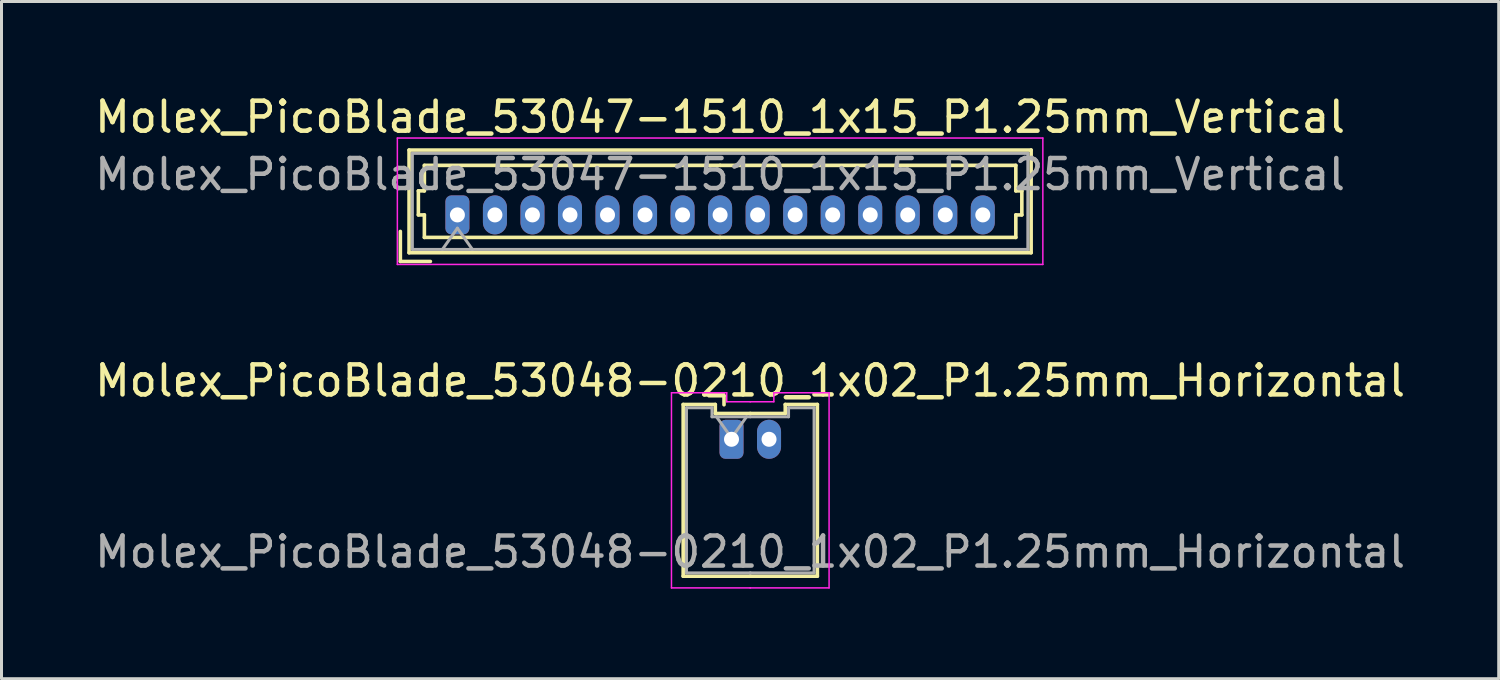
<source format=kicad_pcb>
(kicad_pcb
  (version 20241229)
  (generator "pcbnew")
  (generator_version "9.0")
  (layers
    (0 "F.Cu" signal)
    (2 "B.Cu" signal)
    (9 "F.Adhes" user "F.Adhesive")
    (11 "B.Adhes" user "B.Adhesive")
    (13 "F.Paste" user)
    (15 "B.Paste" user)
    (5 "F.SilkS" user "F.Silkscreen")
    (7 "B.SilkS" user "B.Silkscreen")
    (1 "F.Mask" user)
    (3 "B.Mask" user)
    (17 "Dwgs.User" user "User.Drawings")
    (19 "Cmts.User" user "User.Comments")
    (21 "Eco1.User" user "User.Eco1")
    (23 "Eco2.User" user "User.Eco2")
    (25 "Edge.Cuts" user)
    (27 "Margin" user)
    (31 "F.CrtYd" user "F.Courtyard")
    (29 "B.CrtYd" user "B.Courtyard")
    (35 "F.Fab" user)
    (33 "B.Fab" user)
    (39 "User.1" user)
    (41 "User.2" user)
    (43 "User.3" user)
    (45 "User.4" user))
  (footprint "Molex_PicoBlade_53048-0210_1x02_P1.25mm_Horizontal"
    (layer "F.Cu")
    (at 21.315 11.582)
    (property "Reference" "Molex_PicoBlade_53048-0210_1x02_P1.25mm_Horizontal" (at 0.62 -1.95 0) (layer "F.SilkS") (effects (font (size 1 1) (thickness 0.15))))
    (attr through_hole)
    (fp_line (start -1.61 -1.16) (end -1.61 4.56) (stroke (width 0.12) (type solid)) (layer "F.SilkS"))
    (fp_line (start -1.61 4.56) (end 0.625 4.56) (stroke (width 0.12) (type solid)) (layer "F.SilkS"))
    (fp_line (start -0.54 -1.16) (end -1.61 -1.16) (stroke (width 0.12) (type solid)) (layer "F.SilkS"))
    (fp_line (start -0.54 -0.86) (end -0.54 -1.16) (stroke (width 0.12) (type solid)) (layer "F.SilkS"))
    (fp_line (start -0.25 -1.45) (end -0.75 -1.45) (stroke (width 0.12) (type solid)) (layer "F.SilkS"))
    (fp_line (start -0.25 -1.15) (end -0.25 -1.45) (stroke (width 0.12) (type solid)) (layer "F.SilkS"))
    (fp_line (start 0.625 -0.86) (end -0.54 -0.86) (stroke (width 0.12) (type solid)) (layer "F.SilkS"))
    (fp_line (start 0.625 -0.86) (end 1.79 -0.86) (stroke (width 0.12) (type solid)) (layer "F.SilkS"))
    (fp_line (start 1.79 -1.16) (end 2.86 -1.16) (stroke (width 0.12) (type solid)) (layer "F.SilkS"))
    (fp_line (start 1.79 -0.86) (end 1.79 -1.16) (stroke (width 0.12) (type solid)) (layer "F.SilkS"))
    (fp_line (start 2.86 -1.16) (end 2.86 4.56) (stroke (width 0.12) (type solid)) (layer "F.SilkS"))
    (fp_line (start 2.86 4.56) (end 0.625 4.56) (stroke (width 0.12) (type solid)) (layer "F.SilkS"))
    (fp_line (start -2 -1.55) (end -2 4.95) (stroke (width 0.05) (type solid)) (layer "F.CrtYd"))
    (fp_line (start -2 4.95) (end 0.63 4.95) (stroke (width 0.05) (type solid)) (layer "F.CrtYd"))
    (fp_line (start -0.16 -1.55) (end -2 -1.55) (stroke (width 0.05) (type solid)) (layer "F.CrtYd"))
    (fp_line (start -0.16 -1.25) (end -0.16 -1.55) (stroke (width 0.05) (type solid)) (layer "F.CrtYd"))
    (fp_line (start 0.62 -1.25) (end 1.41 -1.25) (stroke (width 0.05) (type solid)) (layer "F.CrtYd"))
    (fp_line (start 0.63 -1.25) (end -0.16 -1.25) (stroke (width 0.05) (type solid)) (layer "F.CrtYd"))
    (fp_line (start 1.41 -1.55) (end 3.25 -1.55) (stroke (width 0.05) (type solid)) (layer "F.CrtYd"))
    (fp_line (start 1.41 -1.25) (end 1.41 -1.55) (stroke (width 0.05) (type solid)) (layer "F.CrtYd"))
    (fp_line (start 3.25 -1.55) (end 3.25 4.95) (stroke (width 0.05) (type solid)) (layer "F.CrtYd"))
    (fp_line (start 3.25 4.95) (end 0.62 4.95) (stroke (width 0.05) (type solid)) (layer "F.CrtYd"))
    (fp_line (start -1.5 -1.05) (end -1.5 4.45) (stroke (width 0.1) (type solid)) (layer "F.Fab"))
    (fp_line (start -1.5 4.45) (end 0.625 4.45) (stroke (width 0.1) (type solid)) (layer "F.Fab"))
    (fp_line (start -0.65 -1.05) (end -1.5 -1.05) (stroke (width 0.1) (type solid)) (layer "F.Fab"))
    (fp_line (start -0.65 -0.75) (end -0.65 -1.05) (stroke (width 0.1) (type solid)) (layer "F.Fab"))
    (fp_line (start -0.5 -0.75) (end 0 -0.043) (stroke (width 0.1) (type solid)) (layer "F.Fab"))
    (fp_line (start 0 -0.043) (end 0.5 -0.75) (stroke (width 0.1) (type solid)) (layer "F.Fab"))
    (fp_line (start 0.625 -0.75) (end -0.65 -0.75) (stroke (width 0.1) (type solid)) (layer "F.Fab"))
    (fp_line (start 0.625 -0.75) (end 1.9 -0.75) (stroke (width 0.1) (type solid)) (layer "F.Fab"))
    (fp_line (start 1.9 -1.05) (end 2.75 -1.05) (stroke (width 0.1) (type solid)) (layer "F.Fab"))
    (fp_line (start 1.9 -0.75) (end 1.9 -1.05) (stroke (width 0.1) (type solid)) (layer "F.Fab"))
    (fp_line (start 2.75 -1.05) (end 2.75 4.45) (stroke (width 0.1) (type solid)) (layer "F.Fab"))
    (fp_line (start 2.75 4.45) (end 0.625 4.45) (stroke (width 0.1) (type solid)) (layer "F.Fab"))
    (fp_text user "${REFERENCE}" (at 0.62 3.75 0) (layer "F.Fab") (effects (font (size 1 1) (thickness 0.15))))
    (pad "1" thru_hole roundrect (at 0 0) (size 0.8 1.3) (drill 0.5) (layers "*.Cu" "*.Mask") (roundrect_rratio 0.25))
    (pad "2" thru_hole oval (at 1.25 0) (size 0.8 1.3) (drill 0.5) (layers "*.Cu" "*.Mask")))
  (footprint "Molex_PicoBlade_53047-1510_1x15_P1.25mm_Vertical"
    (layer "F.Cu")
    (at 12.185 4.108)
    (property "Reference" "Molex_PicoBlade_53047-1510_1x15_P1.25mm_Vertical" (at 8.75 -3.26 0) (layer "F.SilkS") (effects (font (size 1 1) (thickness 0.15))))
    (attr through_hole)
    (fp_line (start -1.9 1.55) (end -1.9 0.55) (stroke (width 0.12) (type solid)) (layer "F.SilkS"))
    (fp_line (start -1.9 1.55) (end -0.9 1.55) (stroke (width 0.12) (type solid)) (layer "F.SilkS"))
    (fp_line (start -1.61 -2.16) (end -1.61 1.26) (stroke (width 0.12) (type solid)) (layer "F.SilkS"))
    (fp_line (start -1.61 1.26) (end 19.11 1.26) (stroke (width 0.12) (type solid)) (layer "F.SilkS"))
    (fp_line (start -1.3 -0.8) (end -1.1 -0.8) (stroke (width 0.12) (type solid)) (layer "F.SilkS"))
    (fp_line (start -1.3 0) (end -1.3 -0.8) (stroke (width 0.12) (type solid)) (layer "F.SilkS"))
    (fp_line (start -1.1 -1.65) (end 8.75 -1.65) (stroke (width 0.12) (type solid)) (layer "F.SilkS"))
    (fp_line (start -1.1 -0.8) (end -1.1 -1.65) (stroke (width 0.12) (type solid)) (layer "F.SilkS"))
    (fp_line (start -1.1 0) (end -1.3 0) (stroke (width 0.12) (type solid)) (layer "F.SilkS"))
    (fp_line (start -1.1 0.75) (end -1.1 0) (stroke (width 0.12) (type solid)) (layer "F.SilkS"))
    (fp_line (start 8.75 0.75) (end -1.1 0.75) (stroke (width 0.12) (type solid)) (layer "F.SilkS"))
    (fp_line (start 8.75 0.75) (end 18.6 0.75) (stroke (width 0.12) (type solid)) (layer "F.SilkS"))
    (fp_line (start 18.6 -1.65) (end 8.75 -1.65) (stroke (width 0.12) (type solid)) (layer "F.SilkS"))
    (fp_line (start 18.6 -0.8) (end 18.6 -1.65) (stroke (width 0.12) (type solid)) (layer "F.SilkS"))
    (fp_line (start 18.6 0) (end 18.8 0) (stroke (width 0.12) (type solid)) (layer "F.SilkS"))
    (fp_line (start 18.6 0.75) (end 18.6 0) (stroke (width 0.12) (type solid)) (layer "F.SilkS"))
    (fp_line (start 18.8 -0.8) (end 18.6 -0.8) (stroke (width 0.12) (type solid)) (layer "F.SilkS"))
    (fp_line (start 18.8 0) (end 18.8 -0.8) (stroke (width 0.12) (type solid)) (layer "F.SilkS"))
    (fp_line (start 19.11 -2.16) (end -1.61 -2.16) (stroke (width 0.12) (type solid)) (layer "F.SilkS"))
    (fp_line (start 19.11 1.26) (end 19.11 -2.16) (stroke (width 0.12) (type solid)) (layer "F.SilkS"))
    (fp_line (start -2 -2.56) (end -2 1.65) (stroke (width 0.05) (type solid)) (layer "F.CrtYd"))
    (fp_line (start -2 1.65) (end 19.5 1.65) (stroke (width 0.05) (type solid)) (layer "F.CrtYd"))
    (fp_line (start 19.5 -2.56) (end -2 -2.56) (stroke (width 0.05) (type solid)) (layer "F.CrtYd"))
    (fp_line (start 19.5 1.65) (end 19.5 -2.56) (stroke (width 0.05) (type solid)) (layer "F.CrtYd"))
    (fp_line (start -1.5 -2.05) (end -1.5 1.15) (stroke (width 0.1) (type solid)) (layer "F.Fab"))
    (fp_line (start -1.5 1.15) (end 19 1.15) (stroke (width 0.1) (type solid)) (layer "F.Fab"))
    (fp_line (start -0.5 1.15) (end 0 0.443) (stroke (width 0.1) (type solid)) (layer "F.Fab"))
    (fp_line (start 0 0.443) (end 0.5 1.15) (stroke (width 0.1) (type solid)) (layer "F.Fab"))
    (fp_line (start 19 -2.05) (end -1.5 -2.05) (stroke (width 0.1) (type solid)) (layer "F.Fab"))
    (fp_line (start 19 1.15) (end 19 -2.05) (stroke (width 0.1) (type solid)) (layer "F.Fab"))
    (fp_text user "${REFERENCE}" (at 8.75 -1.35 0) (layer "F.Fab") (effects (font (size 1 1) (thickness 0.15))))
    (pad "1" thru_hole roundrect (at 0 0) (size 0.8 1.3) (drill 0.5) (layers "*.Cu" "*.Mask") (roundrect_rratio 0.25))
    (pad "2" thru_hole oval (at 1.25 0) (size 0.8 1.3) (drill 0.5) (layers "*.Cu" "*.Mask"))
    (pad "3" thru_hole oval (at 2.5 0) (size 0.8 1.3) (drill 0.5) (layers "*.Cu" "*.Mask"))
    (pad "4" thru_hole oval (at 3.75 0) (size 0.8 1.3) (drill 0.5) (layers "*.Cu" "*.Mask"))
    (pad "5" thru_hole oval (at 5 0) (size 0.8 1.3) (drill 0.5) (layers "*.Cu" "*.Mask"))
    (pad "6" thru_hole oval (at 6.25 0) (size 0.8 1.3) (drill 0.5) (layers "*.Cu" "*.Mask"))
    (pad "7" thru_hole oval (at 7.5 0) (size 0.8 1.3) (drill 0.5) (layers "*.Cu" "*.Mask"))
    (pad "8" thru_hole oval (at 8.75 0) (size 0.8 1.3) (drill 0.5) (layers "*.Cu" "*.Mask"))
    (pad "9" thru_hole oval (at 10 0) (size 0.8 1.3) (drill 0.5) (layers "*.Cu" "*.Mask"))
    (pad "10" thru_hole oval (at 11.25 0) (size 0.8 1.3) (drill 0.5) (layers "*.Cu" "*.Mask"))
    (pad "11" thru_hole oval (at 12.5 0) (size 0.8 1.3) (drill 0.5) (layers "*.Cu" "*.Mask"))
    (pad "12" thru_hole oval (at 13.75 0) (size 0.8 1.3) (drill 0.5) (layers "*.Cu" "*.Mask"))
    (pad "13" thru_hole oval (at 15 0) (size 0.8 1.3) (drill 0.5) (layers "*.Cu" "*.Mask"))
    (pad "14" thru_hole oval (at 16.25 0) (size 0.8 1.3) (drill 0.5) (layers "*.Cu" "*.Mask"))
    (pad "15" thru_hole oval (at 17.5 0) (size 0.8 1.3) (drill 0.5) (layers "*.Cu" "*.Mask")))
  (gr_rect
    (start -3 -3)
    (end 46.869 19.556)
    (stroke (width 0.1) (type default))
    (fill no)
    (layer "Edge.Cuts")))
</source>
